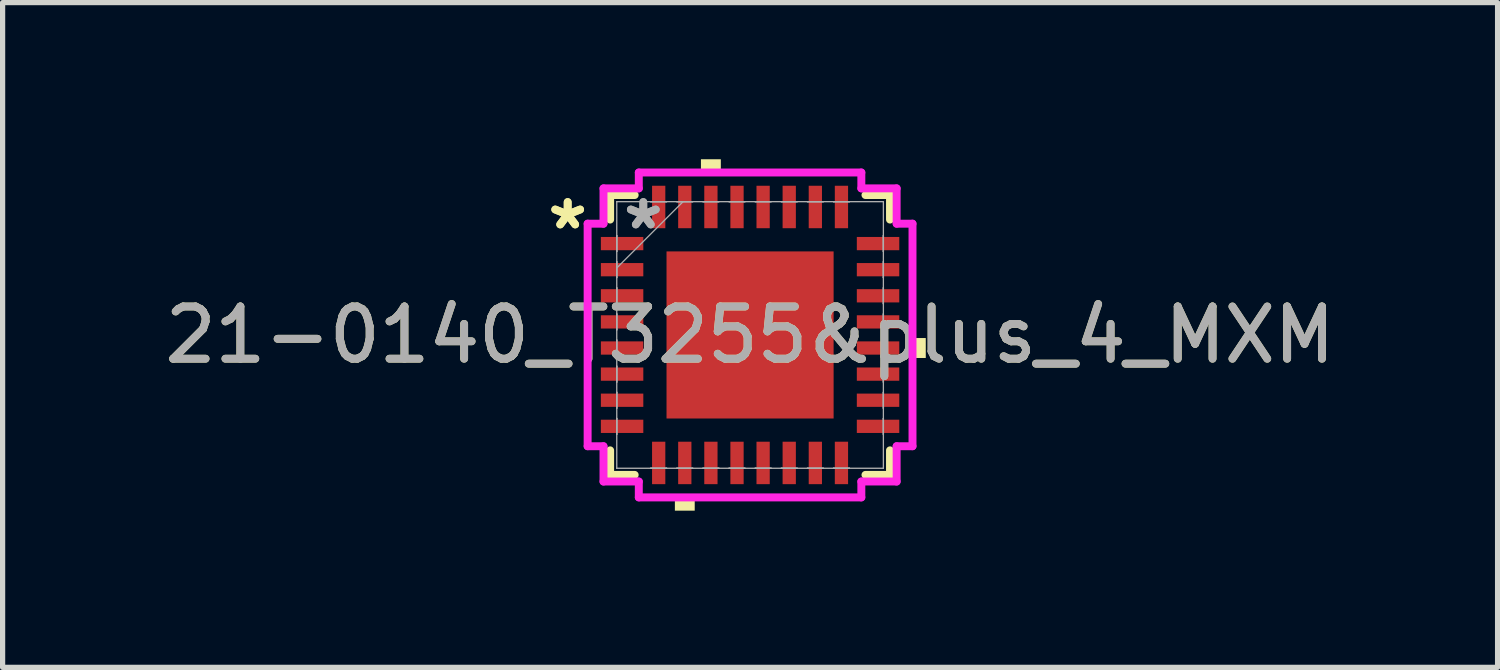
<source format=kicad_pcb>
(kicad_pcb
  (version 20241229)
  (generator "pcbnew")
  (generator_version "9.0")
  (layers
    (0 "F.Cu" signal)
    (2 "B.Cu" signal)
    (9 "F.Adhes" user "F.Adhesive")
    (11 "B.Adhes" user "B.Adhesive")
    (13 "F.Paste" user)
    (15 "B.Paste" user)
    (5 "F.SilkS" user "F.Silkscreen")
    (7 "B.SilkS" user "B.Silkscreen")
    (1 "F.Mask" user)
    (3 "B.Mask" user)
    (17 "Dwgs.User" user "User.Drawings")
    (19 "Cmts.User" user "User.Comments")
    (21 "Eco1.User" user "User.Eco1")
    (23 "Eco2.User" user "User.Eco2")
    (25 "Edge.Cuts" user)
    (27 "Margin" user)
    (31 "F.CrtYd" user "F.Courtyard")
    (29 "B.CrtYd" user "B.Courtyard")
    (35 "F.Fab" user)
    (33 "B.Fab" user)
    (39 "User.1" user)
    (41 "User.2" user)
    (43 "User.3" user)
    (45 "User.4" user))
  (footprint "21-0140_T3255&plus_4_MXM"
    (layer "F.Cu")
    (at 11.315 3.365)
    (property "Reference" "21-0140_T3255&plus_4_MXM" (at 0 0 0) (unlocked yes) (layer "F.SilkS") (effects (font (size 1 1) (thickness 0.15))))
    (attr smd)
    (fp_line (start -2.68 -2.68) (end -2.68 -2.21) (stroke (width 0.152) (type solid)) (layer "F.SilkS"))
    (fp_line (start -2.68 2.21) (end -2.68 2.68) (stroke (width 0.152) (type solid)) (layer "F.SilkS"))
    (fp_line (start -2.68 2.68) (end -2.21 2.68) (stroke (width 0.152) (type solid)) (layer "F.SilkS"))
    (fp_line (start -2.21 -2.68) (end -2.68 -2.68) (stroke (width 0.152) (type solid)) (layer "F.SilkS"))
    (fp_line (start 2.21 2.68) (end 2.68 2.68) (stroke (width 0.152) (type solid)) (layer "F.SilkS"))
    (fp_line (start 2.68 -2.68) (end 2.21 -2.68) (stroke (width 0.152) (type solid)) (layer "F.SilkS"))
    (fp_line (start 2.68 -2.21) (end 2.68 -2.68) (stroke (width 0.152) (type solid)) (layer "F.SilkS"))
    (fp_line (start 2.68 2.68) (end 2.68 2.21) (stroke (width 0.152) (type solid)) (layer "F.SilkS"))
    (fp_poly (pts (xy -1.44 3.111) (xy -1.44 3.365) (xy -1.06 3.365) (xy -1.06 3.111)) (stroke (width 0) (type solid)) (fill yes) (layer "F.SilkS"))
    (fp_poly (pts (xy -0.941 -3.111) (xy -0.941 -3.365) (xy -0.56 -3.365) (xy -0.56 -3.111)) (stroke (width 0) (type solid)) (fill yes) (layer "F.SilkS"))
    (fp_poly (pts (xy 3.365 0.059) (xy 3.365 0.441) (xy 3.111 0.441) (xy 3.111 0.059)) (stroke (width 0) (type solid)) (fill yes) (layer "F.SilkS"))
    (fp_poly (pts (xy -1.5 -1.5) (xy -1.5 -0.1) (xy -0.1 -0.1) (xy -0.1 -1.5)) (stroke (width 0) (type solid)) (fill yes) (layer "F.Paste"))
    (fp_poly (pts (xy -1.5 0.1) (xy -1.5 1.5) (xy -0.1 1.5) (xy -0.1 0.1)) (stroke (width 0) (type solid)) (fill yes) (layer "F.Paste"))
    (fp_poly (pts (xy 0.1 -1.5) (xy 0.1 -0.1) (xy 1.5 -0.1) (xy 1.5 -1.5)) (stroke (width 0) (type solid)) (fill yes) (layer "F.Paste"))
    (fp_poly (pts (xy 0.1 0.1) (xy 0.1 1.5) (xy 1.5 1.5) (xy 1.5 0.1)) (stroke (width 0) (type solid)) (fill yes) (layer "F.Paste"))
    (fp_line (start -3.111 -2.131) (end -2.807 -2.131) (stroke (width 0.152) (type solid)) (layer "F.CrtYd"))
    (fp_line (start -3.111 2.131) (end -3.111 -2.131) (stroke (width 0.152) (type solid)) (layer "F.CrtYd"))
    (fp_line (start -2.807 -2.807) (end -2.131 -2.807) (stroke (width 0.152) (type solid)) (layer "F.CrtYd"))
    (fp_line (start -2.807 -2.131) (end -2.807 -2.807) (stroke (width 0.152) (type solid)) (layer "F.CrtYd"))
    (fp_line (start -2.807 2.131) (end -3.111 2.131) (stroke (width 0.152) (type solid)) (layer "F.CrtYd"))
    (fp_line (start -2.807 2.807) (end -2.807 2.131) (stroke (width 0.152) (type solid)) (layer "F.CrtYd"))
    (fp_line (start -2.131 -3.111) (end 2.131 -3.111) (stroke (width 0.152) (type solid)) (layer "F.CrtYd"))
    (fp_line (start -2.131 -2.807) (end -2.131 -3.111) (stroke (width 0.152) (type solid)) (layer "F.CrtYd"))
    (fp_line (start -2.131 2.807) (end -2.807 2.807) (stroke (width 0.152) (type solid)) (layer "F.CrtYd"))
    (fp_line (start -2.131 3.111) (end -2.131 2.807) (stroke (width 0.152) (type solid)) (layer "F.CrtYd"))
    (fp_line (start 2.131 -3.111) (end 2.131 -2.807) (stroke (width 0.152) (type solid)) (layer "F.CrtYd"))
    (fp_line (start 2.131 -2.807) (end 2.807 -2.807) (stroke (width 0.152) (type solid)) (layer "F.CrtYd"))
    (fp_line (start 2.131 2.807) (end 2.131 3.111) (stroke (width 0.152) (type solid)) (layer "F.CrtYd"))
    (fp_line (start 2.131 3.111) (end -2.131 3.111) (stroke (width 0.152) (type solid)) (layer "F.CrtYd"))
    (fp_line (start 2.807 -2.807) (end 2.807 -2.131) (stroke (width 0.152) (type solid)) (layer "F.CrtYd"))
    (fp_line (start 2.807 -2.131) (end 3.111 -2.131) (stroke (width 0.152) (type solid)) (layer "F.CrtYd"))
    (fp_line (start 2.807 2.131) (end 2.807 2.807) (stroke (width 0.152) (type solid)) (layer "F.CrtYd"))
    (fp_line (start 2.807 2.807) (end 2.131 2.807) (stroke (width 0.152) (type solid)) (layer "F.CrtYd"))
    (fp_line (start 3.111 -2.131) (end 3.111 2.131) (stroke (width 0.152) (type solid)) (layer "F.CrtYd"))
    (fp_line (start 3.111 2.131) (end 2.807 2.131) (stroke (width 0.152) (type solid)) (layer "F.CrtYd"))
    (fp_line (start -2.553 -2.553) (end -2.553 -2.553) (stroke (width 0.025) (type solid)) (layer "F.Fab"))
    (fp_line (start -2.553 -2.553) (end -2.553 2.553) (stroke (width 0.025) (type solid)) (layer "F.Fab"))
    (fp_line (start -2.553 -1.902) (end -2.553 -1.902) (stroke (width 0.025) (type solid)) (layer "F.Fab"))
    (fp_line (start -2.553 -1.902) (end -2.553 -1.598) (stroke (width 0.025) (type solid)) (layer "F.Fab"))
    (fp_line (start -2.553 -1.598) (end -2.553 -1.902) (stroke (width 0.025) (type solid)) (layer "F.Fab"))
    (fp_line (start -2.553 -1.598) (end -2.553 -1.598) (stroke (width 0.025) (type solid)) (layer "F.Fab"))
    (fp_line (start -2.553 -1.402) (end -2.553 -1.402) (stroke (width 0.025) (type solid)) (layer "F.Fab"))
    (fp_line (start -2.553 -1.402) (end -2.553 -1.098) (stroke (width 0.025) (type solid)) (layer "F.Fab"))
    (fp_line (start -2.553 -1.283) (end -1.283 -2.553) (stroke (width 0.025) (type solid)) (layer "F.Fab"))
    (fp_line (start -2.553 -1.098) (end -2.553 -1.402) (stroke (width 0.025) (type solid)) (layer "F.Fab"))
    (fp_line (start -2.553 -1.098) (end -2.553 -1.098) (stroke (width 0.025) (type solid)) (layer "F.Fab"))
    (fp_line (start -2.553 -0.902) (end -2.553 -0.902) (stroke (width 0.025) (type solid)) (layer "F.Fab"))
    (fp_line (start -2.553 -0.902) (end -2.553 -0.598) (stroke (width 0.025) (type solid)) (layer "F.Fab"))
    (fp_line (start -2.553 -0.598) (end -2.553 -0.902) (stroke (width 0.025) (type solid)) (layer "F.Fab"))
    (fp_line (start -2.553 -0.598) (end -2.553 -0.598) (stroke (width 0.025) (type solid)) (layer "F.Fab"))
    (fp_line (start -2.553 -0.402) (end -2.553 -0.402) (stroke (width 0.025) (type solid)) (layer "F.Fab"))
    (fp_line (start -2.553 -0.402) (end -2.553 -0.098) (stroke (width 0.025) (type solid)) (layer "F.Fab"))
    (fp_line (start -2.553 -0.098) (end -2.553 -0.402) (stroke (width 0.025) (type solid)) (layer "F.Fab"))
    (fp_line (start -2.553 -0.098) (end -2.553 -0.098) (stroke (width 0.025) (type solid)) (layer "F.Fab"))
    (fp_line (start -2.553 0.098) (end -2.553 0.098) (stroke (width 0.025) (type solid)) (layer "F.Fab"))
    (fp_line (start -2.553 0.098) (end -2.553 0.402) (stroke (width 0.025) (type solid)) (layer "F.Fab"))
    (fp_line (start -2.553 0.402) (end -2.553 0.098) (stroke (width 0.025) (type solid)) (layer "F.Fab"))
    (fp_line (start -2.553 0.402) (end -2.553 0.402) (stroke (width 0.025) (type solid)) (layer "F.Fab"))
    (fp_line (start -2.553 0.598) (end -2.553 0.598) (stroke (width 0.025) (type solid)) (layer "F.Fab"))
    (fp_line (start -2.553 0.598) (end -2.553 0.902) (stroke (width 0.025) (type solid)) (layer "F.Fab"))
    (fp_line (start -2.553 0.902) (end -2.553 0.598) (stroke (width 0.025) (type solid)) (layer "F.Fab"))
    (fp_line (start -2.553 0.902) (end -2.553 0.902) (stroke (width 0.025) (type solid)) (layer "F.Fab"))
    (fp_line (start -2.553 1.098) (end -2.553 1.098) (stroke (width 0.025) (type solid)) (layer "F.Fab"))
    (fp_line (start -2.553 1.098) (end -2.553 1.402) (stroke (width 0.025) (type solid)) (layer "F.Fab"))
    (fp_line (start -2.553 1.402) (end -2.553 1.098) (stroke (width 0.025) (type solid)) (layer "F.Fab"))
    (fp_line (start -2.553 1.402) (end -2.553 1.402) (stroke (width 0.025) (type solid)) (layer "F.Fab"))
    (fp_line (start -2.553 1.598) (end -2.553 1.598) (stroke (width 0.025) (type solid)) (layer "F.Fab"))
    (fp_line (start -2.553 1.598) (end -2.553 1.902) (stroke (width 0.025) (type solid)) (layer "F.Fab"))
    (fp_line (start -2.553 1.902) (end -2.553 1.598) (stroke (width 0.025) (type solid)) (layer "F.Fab"))
    (fp_line (start -2.553 1.902) (end -2.553 1.902) (stroke (width 0.025) (type solid)) (layer "F.Fab"))
    (fp_line (start -2.553 2.553) (end -2.553 2.553) (stroke (width 0.025) (type solid)) (layer "F.Fab"))
    (fp_line (start -2.553 2.553) (end 2.553 2.553) (stroke (width 0.025) (type solid)) (layer "F.Fab"))
    (fp_line (start -1.902 -2.553) (end -1.902 -2.553) (stroke (width 0.025) (type solid)) (layer "F.Fab"))
    (fp_line (start -1.902 -2.553) (end -1.598 -2.553) (stroke (width 0.025) (type solid)) (layer "F.Fab"))
    (fp_line (start -1.902 2.553) (end -1.902 2.553) (stroke (width 0.025) (type solid)) (layer "F.Fab"))
    (fp_line (start -1.902 2.553) (end -1.598 2.553) (stroke (width 0.025) (type solid)) (layer "F.Fab"))
    (fp_line (start -1.598 -2.553) (end -1.902 -2.553) (stroke (width 0.025) (type solid)) (layer "F.Fab"))
    (fp_line (start -1.598 -2.553) (end -1.598 -2.553) (stroke (width 0.025) (type solid)) (layer "F.Fab"))
    (fp_line (start -1.598 2.553) (end -1.902 2.553) (stroke (width 0.025) (type solid)) (layer "F.Fab"))
    (fp_line (start -1.598 2.553) (end -1.598 2.553) (stroke (width 0.025) (type solid)) (layer "F.Fab"))
    (fp_line (start -1.402 -2.553) (end -1.402 -2.553) (stroke (width 0.025) (type solid)) (layer "F.Fab"))
    (fp_line (start -1.402 -2.553) (end -1.098 -2.553) (stroke (width 0.025) (type solid)) (layer "F.Fab"))
    (fp_line (start -1.402 2.553) (end -1.402 2.553) (stroke (width 0.025) (type solid)) (layer "F.Fab"))
    (fp_line (start -1.402 2.553) (end -1.098 2.553) (stroke (width 0.025) (type solid)) (layer "F.Fab"))
    (fp_line (start -1.098 -2.553) (end -1.402 -2.553) (stroke (width 0.025) (type solid)) (layer "F.Fab"))
    (fp_line (start -1.098 -2.553) (end -1.098 -2.553) (stroke (width 0.025) (type solid)) (layer "F.Fab"))
    (fp_line (start -1.098 2.553) (end -1.402 2.553) (stroke (width 0.025) (type solid)) (layer "F.Fab"))
    (fp_line (start -1.098 2.553) (end -1.098 2.553) (stroke (width 0.025) (type solid)) (layer "F.Fab"))
    (fp_line (start -0.902 -2.553) (end -0.902 -2.553) (stroke (width 0.025) (type solid)) (layer "F.Fab"))
    (fp_line (start -0.902 -2.553) (end -0.598 -2.553) (stroke (width 0.025) (type solid)) (layer "F.Fab"))
    (fp_line (start -0.902 2.553) (end -0.902 2.553) (stroke (width 0.025) (type solid)) (layer "F.Fab"))
    (fp_line (start -0.902 2.553) (end -0.598 2.553) (stroke (width 0.025) (type solid)) (layer "F.Fab"))
    (fp_line (start -0.598 -2.553) (end -0.902 -2.553) (stroke (width 0.025) (type solid)) (layer "F.Fab"))
    (fp_line (start -0.598 -2.553) (end -0.598 -2.553) (stroke (width 0.025) (type solid)) (layer "F.Fab"))
    (fp_line (start -0.598 2.553) (end -0.902 2.553) (stroke (width 0.025) (type solid)) (layer "F.Fab"))
    (fp_line (start -0.598 2.553) (end -0.598 2.553) (stroke (width 0.025) (type solid)) (layer "F.Fab"))
    (fp_line (start -0.402 -2.553) (end -0.402 -2.553) (stroke (width 0.025) (type solid)) (layer "F.Fab"))
    (fp_line (start -0.402 -2.553) (end -0.098 -2.553) (stroke (width 0.025) (type solid)) (layer "F.Fab"))
    (fp_line (start -0.402 2.553) (end -0.402 2.553) (stroke (width 0.025) (type solid)) (layer "F.Fab"))
    (fp_line (start -0.402 2.553) (end -0.098 2.553) (stroke (width 0.025) (type solid)) (layer "F.Fab"))
    (fp_line (start -0.098 -2.553) (end -0.402 -2.553) (stroke (width 0.025) (type solid)) (layer "F.Fab"))
    (fp_line (start -0.098 -2.553) (end -0.098 -2.553) (stroke (width 0.025) (type solid)) (layer "F.Fab"))
    (fp_line (start -0.098 2.553) (end -0.402 2.553) (stroke (width 0.025) (type solid)) (layer "F.Fab"))
    (fp_line (start -0.098 2.553) (end -0.098 2.553) (stroke (width 0.025) (type solid)) (layer "F.Fab"))
    (fp_line (start 0.098 -2.553) (end 0.098 -2.553) (stroke (width 0.025) (type solid)) (layer "F.Fab"))
    (fp_line (start 0.098 -2.553) (end 0.402 -2.553) (stroke (width 0.025) (type solid)) (layer "F.Fab"))
    (fp_line (start 0.098 2.553) (end 0.098 2.553) (stroke (width 0.025) (type solid)) (layer "F.Fab"))
    (fp_line (start 0.098 2.553) (end 0.402 2.553) (stroke (width 0.025) (type solid)) (layer "F.Fab"))
    (fp_line (start 0.402 -2.553) (end 0.098 -2.553) (stroke (width 0.025) (type solid)) (layer "F.Fab"))
    (fp_line (start 0.402 -2.553) (end 0.402 -2.553) (stroke (width 0.025) (type solid)) (layer "F.Fab"))
    (fp_line (start 0.402 2.553) (end 0.098 2.553) (stroke (width 0.025) (type solid)) (layer "F.Fab"))
    (fp_line (start 0.402 2.553) (end 0.402 2.553) (stroke (width 0.025) (type solid)) (layer "F.Fab"))
    (fp_line (start 0.598 -2.553) (end 0.598 -2.553) (stroke (width 0.025) (type solid)) (layer "F.Fab"))
    (fp_line (start 0.598 -2.553) (end 0.902 -2.553) (stroke (width 0.025) (type solid)) (layer "F.Fab"))
    (fp_line (start 0.598 2.553) (end 0.598 2.553) (stroke (width 0.025) (type solid)) (layer "F.Fab"))
    (fp_line (start 0.598 2.553) (end 0.902 2.553) (stroke (width 0.025) (type solid)) (layer "F.Fab"))
    (fp_line (start 0.902 -2.553) (end 0.598 -2.553) (stroke (width 0.025) (type solid)) (layer "F.Fab"))
    (fp_line (start 0.902 -2.553) (end 0.902 -2.553) (stroke (width 0.025) (type solid)) (layer "F.Fab"))
    (fp_line (start 0.902 2.553) (end 0.598 2.553) (stroke (width 0.025) (type solid)) (layer "F.Fab"))
    (fp_line (start 0.902 2.553) (end 0.902 2.553) (stroke (width 0.025) (type solid)) (layer "F.Fab"))
    (fp_line (start 1.098 -2.553) (end 1.098 -2.553) (stroke (width 0.025) (type solid)) (layer "F.Fab"))
    (fp_line (start 1.098 -2.553) (end 1.402 -2.553) (stroke (width 0.025) (type solid)) (layer "F.Fab"))
    (fp_line (start 1.098 2.553) (end 1.098 2.553) (stroke (width 0.025) (type solid)) (layer "F.Fab"))
    (fp_line (start 1.098 2.553) (end 1.402 2.553) (stroke (width 0.025) (type solid)) (layer "F.Fab"))
    (fp_line (start 1.402 -2.553) (end 1.098 -2.553) (stroke (width 0.025) (type solid)) (layer "F.Fab"))
    (fp_line (start 1.402 -2.553) (end 1.402 -2.553) (stroke (width 0.025) (type solid)) (layer "F.Fab"))
    (fp_line (start 1.402 2.553) (end 1.098 2.553) (stroke (width 0.025) (type solid)) (layer "F.Fab"))
    (fp_line (start 1.402 2.553) (end 1.402 2.553) (stroke (width 0.025) (type solid)) (layer "F.Fab"))
    (fp_line (start 1.598 -2.553) (end 1.598 -2.553) (stroke (width 0.025) (type solid)) (layer "F.Fab"))
    (fp_line (start 1.598 -2.553) (end 1.902 -2.553) (stroke (width 0.025) (type solid)) (layer "F.Fab"))
    (fp_line (start 1.598 2.553) (end 1.598 2.553) (stroke (width 0.025) (type solid)) (layer "F.Fab"))
    (fp_line (start 1.598 2.553) (end 1.902 2.553) (stroke (width 0.025) (type solid)) (layer "F.Fab"))
    (fp_line (start 1.902 -2.553) (end 1.598 -2.553) (stroke (width 0.025) (type solid)) (layer "F.Fab"))
    (fp_line (start 1.902 -2.553) (end 1.902 -2.553) (stroke (width 0.025) (type solid)) (layer "F.Fab"))
    (fp_line (start 1.902 2.553) (end 1.598 2.553) (stroke (width 0.025) (type solid)) (layer "F.Fab"))
    (fp_line (start 1.902 2.553) (end 1.902 2.553) (stroke (width 0.025) (type solid)) (layer "F.Fab"))
    (fp_line (start 2.553 -2.553) (end -2.553 -2.553) (stroke (width 0.025) (type solid)) (layer "F.Fab"))
    (fp_line (start 2.553 -2.553) (end 2.553 -2.553) (stroke (width 0.025) (type solid)) (layer "F.Fab"))
    (fp_line (start 2.553 -1.902) (end 2.553 -1.902) (stroke (width 0.025) (type solid)) (layer "F.Fab"))
    (fp_line (start 2.553 -1.902) (end 2.553 -1.598) (stroke (width 0.025) (type solid)) (layer "F.Fab"))
    (fp_line (start 2.553 -1.598) (end 2.553 -1.902) (stroke (width 0.025) (type solid)) (layer "F.Fab"))
    (fp_line (start 2.553 -1.598) (end 2.553 -1.598) (stroke (width 0.025) (type solid)) (layer "F.Fab"))
    (fp_line (start 2.553 -1.402) (end 2.553 -1.402) (stroke (width 0.025) (type solid)) (layer "F.Fab"))
    (fp_line (start 2.553 -1.402) (end 2.553 -1.098) (stroke (width 0.025) (type solid)) (layer "F.Fab"))
    (fp_line (start 2.553 -1.098) (end 2.553 -1.402) (stroke (width 0.025) (type solid)) (layer "F.Fab"))
    (fp_line (start 2.553 -1.098) (end 2.553 -1.098) (stroke (width 0.025) (type solid)) (layer "F.Fab"))
    (fp_line (start 2.553 -0.902) (end 2.553 -0.902) (stroke (width 0.025) (type solid)) (layer "F.Fab"))
    (fp_line (start 2.553 -0.902) (end 2.553 -0.598) (stroke (width 0.025) (type solid)) (layer "F.Fab"))
    (fp_line (start 2.553 -0.598) (end 2.553 -0.902) (stroke (width 0.025) (type solid)) (layer "F.Fab"))
    (fp_line (start 2.553 -0.598) (end 2.553 -0.598) (stroke (width 0.025) (type solid)) (layer "F.Fab"))
    (fp_line (start 2.553 -0.402) (end 2.553 -0.402) (stroke (width 0.025) (type solid)) (layer "F.Fab"))
    (fp_line (start 2.553 -0.402) (end 2.553 -0.098) (stroke (width 0.025) (type solid)) (layer "F.Fab"))
    (fp_line (start 2.553 -0.098) (end 2.553 -0.402) (stroke (width 0.025) (type solid)) (layer "F.Fab"))
    (fp_line (start 2.553 -0.098) (end 2.553 -0.098) (stroke (width 0.025) (type solid)) (layer "F.Fab"))
    (fp_line (start 2.553 0.098) (end 2.553 0.098) (stroke (width 0.025) (type solid)) (layer "F.Fab"))
    (fp_line (start 2.553 0.098) (end 2.553 0.402) (stroke (width 0.025) (type solid)) (layer "F.Fab"))
    (fp_line (start 2.553 0.402) (end 2.553 0.098) (stroke (width 0.025) (type solid)) (layer "F.Fab"))
    (fp_line (start 2.553 0.402) (end 2.553 0.402) (stroke (width 0.025) (type solid)) (layer "F.Fab"))
    (fp_line (start 2.553 0.598) (end 2.553 0.598) (stroke (width 0.025) (type solid)) (layer "F.Fab"))
    (fp_line (start 2.553 0.598) (end 2.553 0.902) (stroke (width 0.025) (type solid)) (layer "F.Fab"))
    (fp_line (start 2.553 0.902) (end 2.553 0.598) (stroke (width 0.025) (type solid)) (layer "F.Fab"))
    (fp_line (start 2.553 0.902) (end 2.553 0.902) (stroke (width 0.025) (type solid)) (layer "F.Fab"))
    (fp_line (start 2.553 1.098) (end 2.553 1.098) (stroke (width 0.025) (type solid)) (layer "F.Fab"))
    (fp_line (start 2.553 1.098) (end 2.553 1.402) (stroke (width 0.025) (type solid)) (layer "F.Fab"))
    (fp_line (start 2.553 1.402) (end 2.553 1.098) (stroke (width 0.025) (type solid)) (layer "F.Fab"))
    (fp_line (start 2.553 1.402) (end 2.553 1.402) (stroke (width 0.025) (type solid)) (layer "F.Fab"))
    (fp_line (start 2.553 1.598) (end 2.553 1.598) (stroke (width 0.025) (type solid)) (layer "F.Fab"))
    (fp_line (start 2.553 1.598) (end 2.553 1.902) (stroke (width 0.025) (type solid)) (layer "F.Fab"))
    (fp_line (start 2.553 1.902) (end 2.553 1.598) (stroke (width 0.025) (type solid)) (layer "F.Fab"))
    (fp_line (start 2.553 1.902) (end 2.553 1.902) (stroke (width 0.025) (type solid)) (layer "F.Fab"))
    (fp_line (start 2.553 2.553) (end 2.553 -2.553) (stroke (width 0.025) (type solid)) (layer "F.Fab"))
    (fp_line (start 2.553 2.553) (end 2.553 2.553) (stroke (width 0.025) (type solid)) (layer "F.Fab"))
    (fp_text user "*" (at -3.493 -2 0) (layer "F.SilkS") (effects (font (size 1 1) (thickness 0.15))))
    (fp_text user "*" (at -3.493 -2 0) (unlocked yes) (layer "F.SilkS") (effects (font (size 1 1) (thickness 0.15))))
    (fp_text user "*" (at -2.045 -2 0) (unlocked yes) (layer "F.Fab") (effects (font (size 1 1) (thickness 0.15))))
    (fp_text user "*" (at -2.045 -2 0) (layer "F.Fab") (effects (font (size 1 1) (thickness 0.15))))
    (fp_text user "${REFERENCE}" (at 0 0 0) (unlocked yes) (layer "F.Fab") (effects (font (size 1 1) (thickness 0.15))))
    (pad "1" smd rect (at -2.451 -1.75 90) (size 0.254 0.813) (layers "F.Cu" "F.Mask" "F.Paste"))
    (pad "2" smd rect (at -2.451 -1.25 90) (size 0.254 0.813) (layers "F.Cu" "F.Mask" "F.Paste"))
    (pad "3" smd rect (at -2.451 -0.75 90) (size 0.254 0.813) (layers "F.Cu" "F.Mask" "F.Paste"))
    (pad "4" smd rect (at -2.451 -0.25 90) (size 0.254 0.813) (layers "F.Cu" "F.Mask" "F.Paste"))
    (pad "5" smd rect (at -2.451 0.25 90) (size 0.254 0.813) (layers "F.Cu" "F.Mask" "F.Paste"))
    (pad "6" smd rect (at -2.451 0.75 90) (size 0.254 0.813) (layers "F.Cu" "F.Mask" "F.Paste"))
    (pad "7" smd rect (at -2.451 1.25 90) (size 0.254 0.813) (layers "F.Cu" "F.Mask" "F.Paste"))
    (pad "8" smd rect (at -2.451 1.75 90) (size 0.254 0.813) (layers "F.Cu" "F.Mask" "F.Paste"))
    (pad "9" smd rect (at -1.75 2.451) (size 0.254 0.813) (layers "F.Cu" "F.Mask" "F.Paste"))
    (pad "10" smd rect (at -1.25 2.451) (size 0.254 0.813) (layers "F.Cu" "F.Mask" "F.Paste"))
    (pad "11" smd rect (at -0.75 2.451) (size 0.254 0.813) (layers "F.Cu" "F.Mask" "F.Paste"))
    (pad "12" smd rect (at -0.25 2.451) (size 0.254 0.813) (layers "F.Cu" "F.Mask" "F.Paste"))
    (pad "13" smd rect (at 0.25 2.451) (size 0.254 0.813) (layers "F.Cu" "F.Mask" "F.Paste"))
    (pad "14" smd rect (at 0.75 2.451) (size 0.254 0.813) (layers "F.Cu" "F.Mask" "F.Paste"))
    (pad "15" smd rect (at 1.25 2.451) (size 0.254 0.813) (layers "F.Cu" "F.Mask" "F.Paste"))
    (pad "16" smd rect (at 1.75 2.451) (size 0.254 0.813) (layers "F.Cu" "F.Mask" "F.Paste"))
    (pad "17" smd rect (at 2.451 1.75 90) (size 0.254 0.813) (layers "F.Cu" "F.Mask" "F.Paste"))
    (pad "18" smd rect (at 2.451 1.25 90) (size 0.254 0.813) (layers "F.Cu" "F.Mask" "F.Paste"))
    (pad "19" smd rect (at 2.451 0.75 90) (size 0.254 0.813) (layers "F.Cu" "F.Mask" "F.Paste"))
    (pad "20" smd rect (at 2.451 0.25 90) (size 0.254 0.813) (layers "F.Cu" "F.Mask" "F.Paste"))
    (pad "21" smd rect (at 2.451 -0.25 90) (size 0.254 0.813) (layers "F.Cu" "F.Mask" "F.Paste"))
    (pad "22" smd rect (at 2.451 -0.75 90) (size 0.254 0.813) (layers "F.Cu" "F.Mask" "F.Paste"))
    (pad "23" smd rect (at 2.451 -1.25 90) (size 0.254 0.813) (layers "F.Cu" "F.Mask" "F.Paste"))
    (pad "24" smd rect (at 2.451 -1.75 90) (size 0.254 0.813) (layers "F.Cu" "F.Mask" "F.Paste"))
    (pad "25" smd rect (at 1.75 -2.451) (size 0.254 0.813) (layers "F.Cu" "F.Mask" "F.Paste"))
    (pad "26" smd rect (at 1.25 -2.451) (size 0.254 0.813) (layers "F.Cu" "F.Mask" "F.Paste"))
    (pad "27" smd rect (at 0.75 -2.451) (size 0.254 0.813) (layers "F.Cu" "F.Mask" "F.Paste"))
    (pad "28" smd rect (at 0.25 -2.451) (size 0.254 0.813) (layers "F.Cu" "F.Mask" "F.Paste"))
    (pad "29" smd rect (at -0.25 -2.451) (size 0.254 0.813) (layers "F.Cu" "F.Mask" "F.Paste"))
    (pad "30" smd rect (at -0.75 -2.451) (size 0.254 0.813) (layers "F.Cu" "F.Mask" "F.Paste"))
    (pad "31" smd rect (at -1.25 -2.451) (size 0.254 0.813) (layers "F.Cu" "F.Mask" "F.Paste"))
    (pad "32" smd rect (at -1.75 -2.451) (size 0.254 0.813) (layers "F.Cu" "F.Mask" "F.Paste"))
    (pad "33" smd rect (at 0 0) (size 3.2 3.2) (layers "F.Cu" "F.Mask")))
  (gr_rect
    (start -3 -3)
    (end 25.631 9.731)
    (stroke (width 0.1) (type default))
    (fill no)
    (layer "Edge.Cuts")))
</source>
